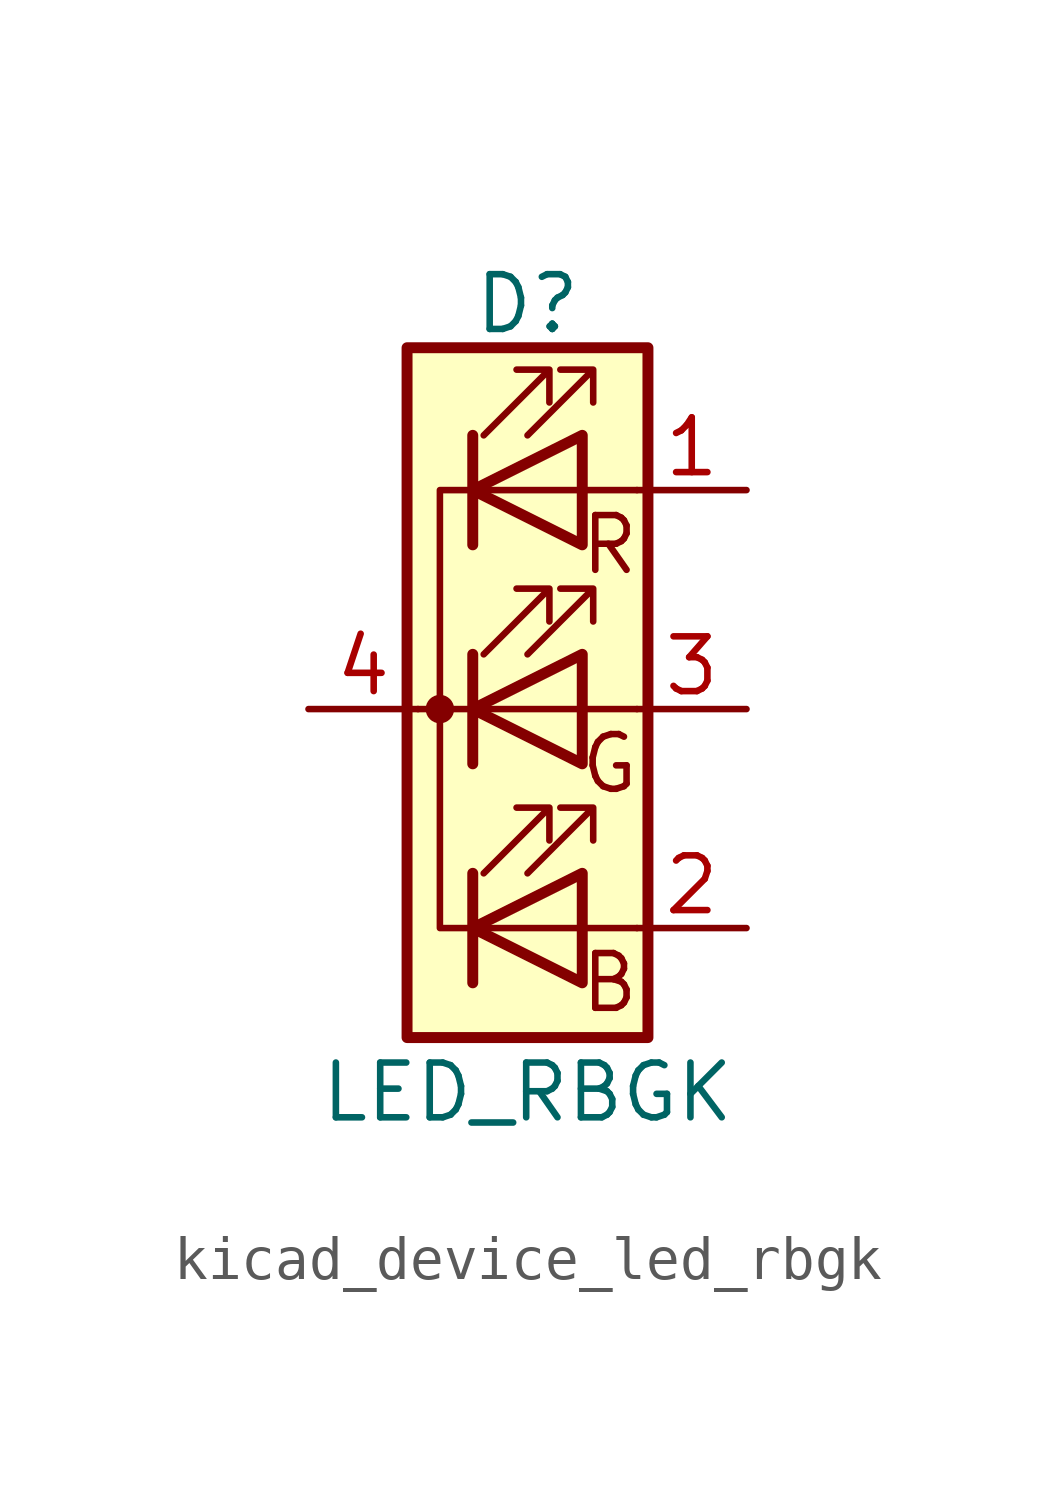
<source format=kicad_sym>
(kicad_symbol_lib
  (version 20220914)
  (generator kicad_symbol_editor)
  (symbol "kicad_device_led_rbgk"
    (pin_names
      (offset 0) hide)
    (property "Reference" "D"
      (at 0 9.398 0)
      (effects (font (size 1.27 1.27))))
    (property "Value" "LED_RBGK"
      (at 0 -8.89 0)
      (effects (font (size 1.27 1.27))))
    (symbol "kicad_device_led_rbgk_0_0"
      (text "B" (at 1.905 -6.35 0) (effects (font (size 1.27 1.27))))
      (text "G" (at 1.905 -1.27 0) (effects (font (size 1.27 1.27))))
      (text "R" (at 1.905 3.81 0) (effects (font (size 1.27 1.27)))))
    (symbol "kicad_device_led_rbgk_0_1"
      (circle (center -2.032 0) (radius 0.254) (stroke (width 0) (type default)) (fill (type outline)))
      (polyline (pts (xy -1.27 -5.08) (xy 1.27 -5.08)) (stroke (width 0) (type default)) (fill (type none)))
      (polyline (pts (xy -1.27 -3.81) (xy -1.27 -6.35)) (stroke (width 0.254) (type default)) (fill (type none)))
      (polyline (pts (xy -1.27 0) (xy -2.54 0)) (stroke (width 0) (type default)) (fill (type none)))
      (polyline (pts (xy -1.27 1.27) (xy -1.27 -1.27)) (stroke (width 0.254) (type default)) (fill (type none)))
      (polyline (pts (xy -1.27 5.08) (xy 1.27 5.08)) (stroke (width 0) (type default)) (fill (type none)))
      (polyline (pts (xy -1.27 6.35) (xy -1.27 3.81)) (stroke (width 0.254) (type default)) (fill (type none)))
      (polyline (pts (xy 1.27 -5.08) (xy 2.54 -5.08)) (stroke (width 0) (type default)) (fill (type none)))
      (polyline (pts (xy 1.27 0) (xy -1.27 0)) (stroke (width 0) (type default)) (fill (type none)))
      (polyline (pts (xy 1.27 0) (xy 2.54 0)) (stroke (width 0) (type default)) (fill (type none)))
      (polyline (pts (xy 1.27 5.08) (xy 2.54 5.08)) (stroke (width 0) (type default)) (fill (type none)))
      (polyline (pts (xy -1.27 1.27) (xy -1.27 -1.27) (xy -1.27 -1.27)) (stroke (width 0) (type default)) (fill (type none)))
      (polyline (pts (xy -1.27 6.35) (xy -1.27 3.81) (xy -1.27 3.81)) (stroke (width 0) (type default)) (fill (type none)))
      (polyline (pts (xy -1.27 5.08) (xy -2.032 5.08) (xy -2.032 -5.08) (xy -1.016 -5.08)) (stroke (width 0) (type default)) (fill (type none)))
      (polyline (pts (xy 1.27 -3.81) (xy 1.27 -6.35) (xy -1.27 -5.08) (xy 1.27 -3.81)) (stroke (width 0.254) (type default)) (fill (type none)))
      (polyline (pts (xy 1.27 1.27) (xy 1.27 -1.27) (xy -1.27 0) (xy 1.27 1.27)) (stroke (width 0.254) (type default)) (fill (type none)))
      (polyline (pts (xy 1.27 6.35) (xy 1.27 3.81) (xy -1.27 5.08) (xy 1.27 6.35)) (stroke (width 0.254) (type default)) (fill (type none)))
      (polyline (pts (xy -1.016 -3.81) (xy 0.508 -2.286) (xy -0.254 -2.286) (xy 0.508 -2.286) (xy 0.508 -3.048)) (stroke (width 0) (type default)) (fill (type none)))
      (polyline (pts (xy -1.016 1.27) (xy 0.508 2.794) (xy -0.254 2.794) (xy 0.508 2.794) (xy 0.508 2.032)) (stroke (width 0) (type default)) (fill (type none)))
      (polyline (pts (xy -1.016 6.35) (xy 0.508 7.874) (xy -0.254 7.874) (xy 0.508 7.874) (xy 0.508 7.112)) (stroke (width 0) (type default)) (fill (type none)))
      (polyline (pts (xy 0 -3.81) (xy 1.524 -2.286) (xy 0.762 -2.286) (xy 1.524 -2.286) (xy 1.524 -3.048)) (stroke (width 0) (type default)) (fill (type none)))
      (polyline (pts (xy 0 1.27) (xy 1.524 2.794) (xy 0.762 2.794) (xy 1.524 2.794) (xy 1.524 2.032)) (stroke (width 0) (type default)) (fill (type none)))
      (polyline (pts (xy 0 6.35) (xy 1.524 7.874) (xy 0.762 7.874) (xy 1.524 7.874) (xy 1.524 7.112)) (stroke (width 0) (type default)) (fill (type none)))
      (rectangle (start 1.27 -1.27) (end 1.27 1.27) (stroke (width 0) (type default)) (fill (type none)))
      (rectangle (start 1.27 1.27) (end 1.27 1.27) (stroke (width 0) (type default)) (fill (type none)))
      (rectangle (start 1.27 3.81) (end 1.27 6.35) (stroke (width 0) (type default)) (fill (type none)))
      (rectangle (start 1.27 6.35) (end 1.27 6.35) (stroke (width 0) (type default)) (fill (type none)))
      (rectangle (start 2.794 8.382) (end -2.794 -7.62) (stroke (width 0.254) (type default)) (fill (type background))))
    (symbol "kicad_device_led_rbgk_1_1"
      (pin passive line (at 5.08 5.08 180) (length 2.54) (name "RA" (effects (font (size 1.27 1.27)))) (number "1" (effects (font (size 1.27 1.27)))))
      (pin passive line (at 5.08 -5.08 180) (length 2.54) (name "BA" (effects (font (size 1.27 1.27)))) (number "2" (effects (font (size 1.27 1.27)))))
      (pin passive line (at 5.08 0 180) (length 2.54) (name "GA" (effects (font (size 1.27 1.27)))) (number "3" (effects (font (size 1.27 1.27)))))
      (pin passive line (at -5.08 0 0) (length 2.54) (name "K" (effects (font (size 1.27 1.27)))) (number "4" (effects (font (size 1.27 1.27))))))))
</source>
